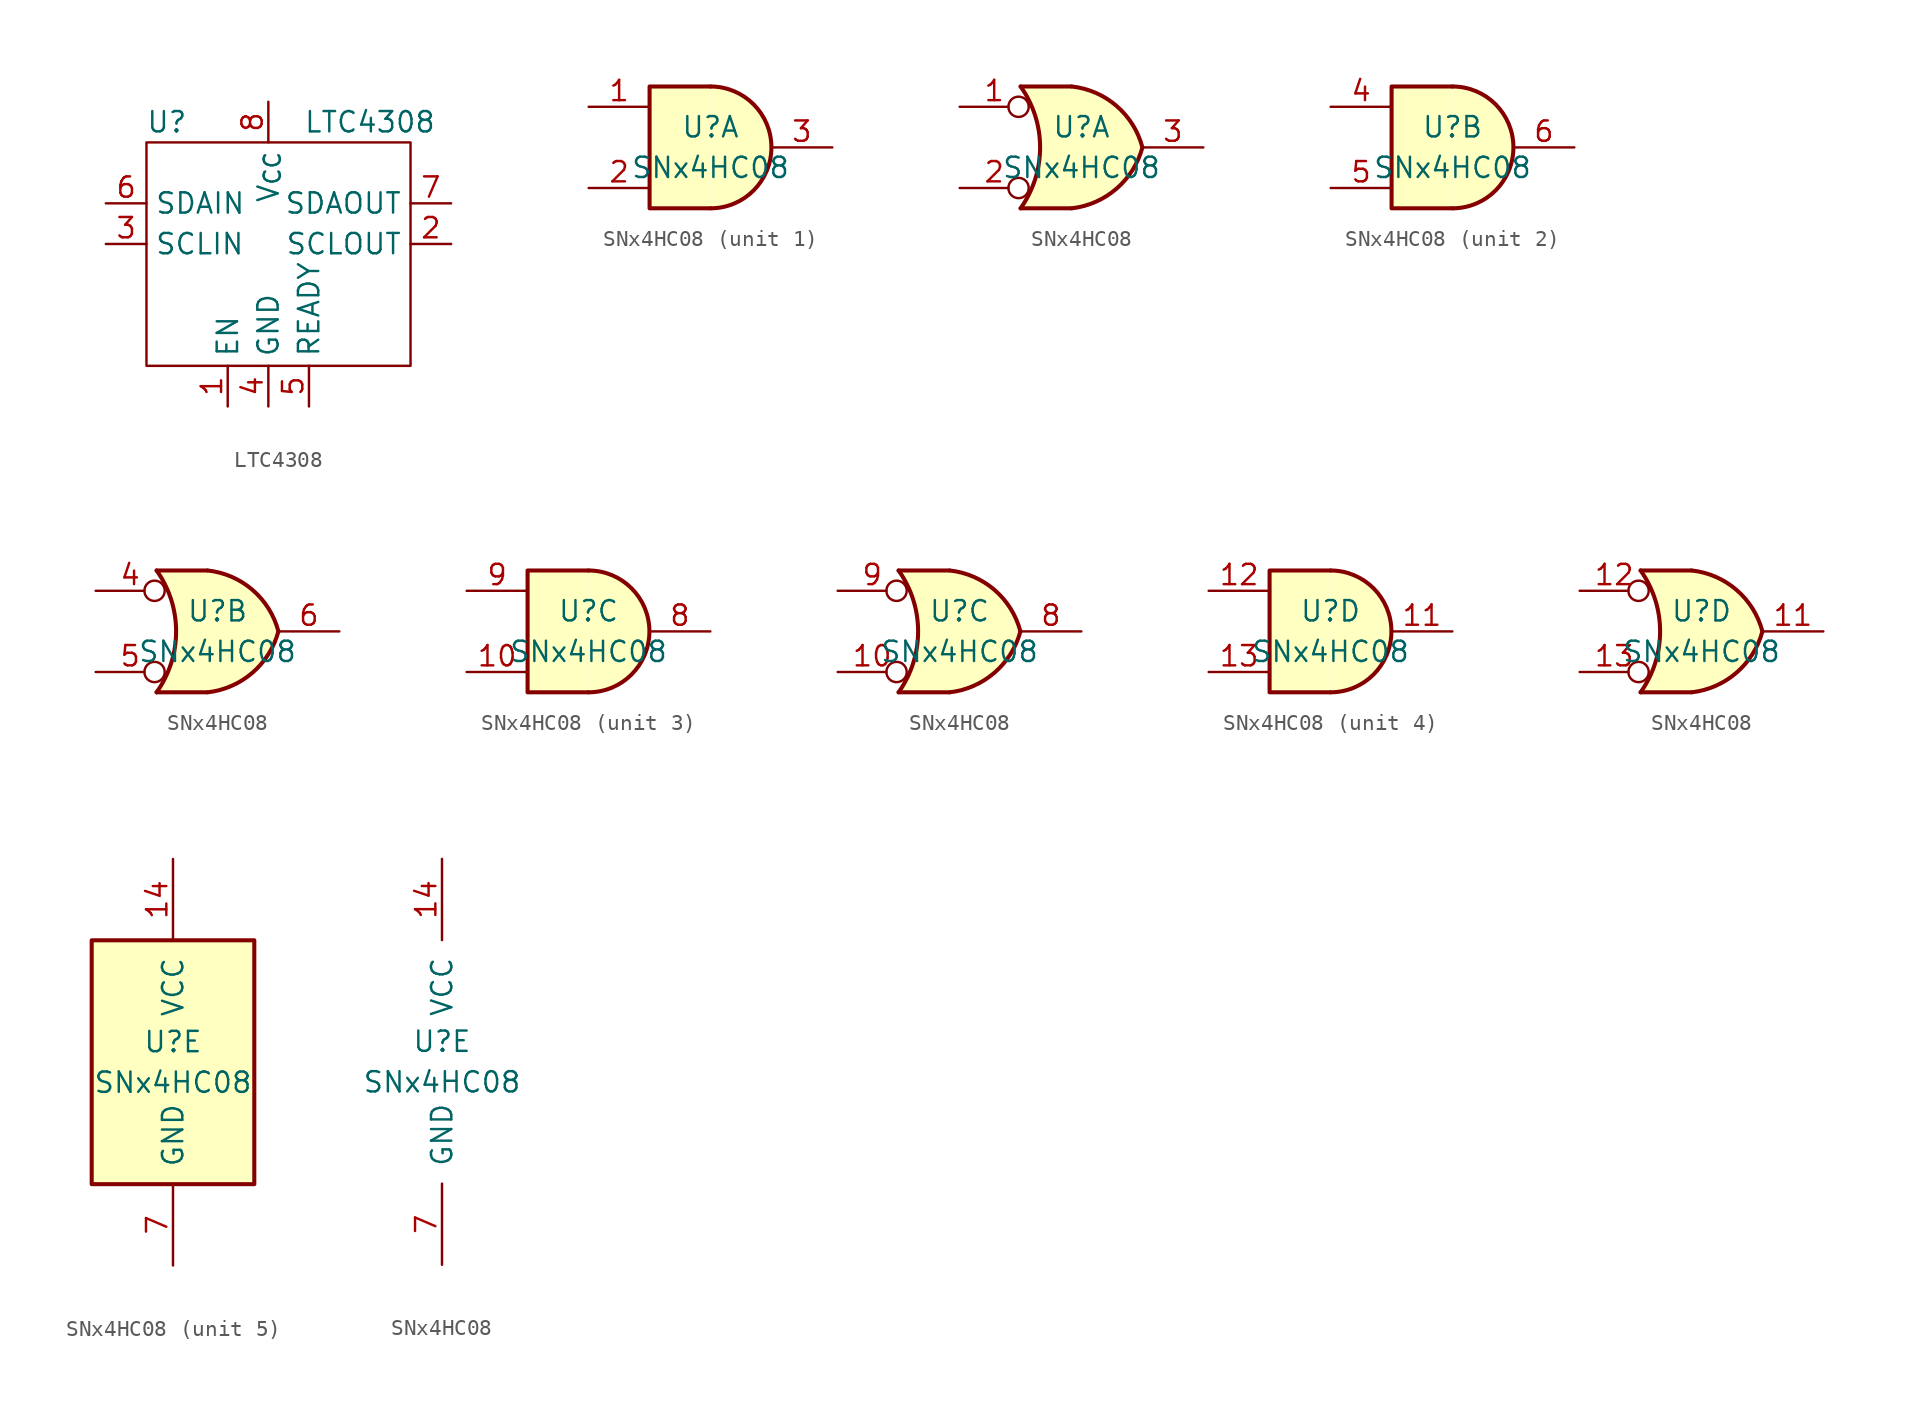
<source format=kicad_sym>
(kicad_symbol_lib
  (version 20220914)
  (generator kicad_symbol_editor)
  (symbol "LTC4308"
    (property "Reference" "U"
      (at -6.35 10.16 0)
      (effects (font (size 1.27 1.27))))
    (property "Value" "LTC4308"
      (at 6.35 10.16 0)
      (effects (font (size 1.27 1.27))))
    (symbol "LTC4308_0_1"
      (rectangle (start -7.62 8.89) (end 8.89 -5.08) (stroke (width 0) (type default)) (fill (type none))))
    (symbol "LTC4308_1_1"
      (pin input line (at -2.54 -7.62 90) (length 2.54) (name "EN" (effects (font (size 1.27 1.27)))) (number "1" (effects (font (size 1.27 1.27)))))
      (pin input line (at 11.43 2.54 180) (length 2.54) (name "SCLOUT" (effects (font (size 1.27 1.27)))) (number "2" (effects (font (size 1.27 1.27)))))
      (pin input line (at -10.16 2.54 0) (length 2.54) (name "SCLIN" (effects (font (size 1.27 1.27)))) (number "3" (effects (font (size 1.27 1.27)))))
      (pin input line (at 0 -7.62 90) (length 2.54) (name "GND" (effects (font (size 1.27 1.27)))) (number "4" (effects (font (size 1.27 1.27)))))
      (pin input line (at 2.54 -7.62 90) (length 2.54) (name "READY" (effects (font (size 1.27 1.27)))) (number "5" (effects (font (size 1.27 1.27)))))
      (pin input line (at -10.16 5.08 0) (length 2.54) (name "SDAIN" (effects (font (size 1.27 1.27)))) (number "6" (effects (font (size 1.27 1.27)))))
      (pin input line (at 11.43 5.08 180) (length 2.54) (name "SDAOUT" (effects (font (size 1.27 1.27)))) (number "7" (effects (font (size 1.27 1.27)))))
      (pin input line (at 0 11.43 270) (length 2.54) (name "V_{CC}" (effects (font (size 1.27 1.27)))) (number "8" (effects (font (size 1.27 1.27)))))))
  (symbol "SNx4HC08"
    (pin_names
      (offset 1.016))
    (property "Reference" "U"
      (at 0 1.27 0)
      (effects (font (size 1.27 1.27))))
    (property "Value" "SNx4HC08"
      (at 0 -1.27 0)
      (effects (font (size 1.27 1.27))))
    (property "ki_locked" ""
      (at 0 0 0)
      (effects (font (size 1.27 1.27))))
    (symbol "SNx4HC08_1_1"
      (arc (start 0 -3.81) (mid 3.7934 0) (end 0 3.81) (stroke (width 0.254) (type default)) (fill (type background)))
      (polyline (pts (xy 0 3.81) (xy -3.81 3.81) (xy -3.81 -3.81) (xy 0 -3.81)) (stroke (width 0.254) (type default)) (fill (type background)))
      (pin input line (at -7.62 2.54 0) (length 3.81) (name "~" (effects (font (size 1.27 1.27)))) (number "1" (effects (font (size 1.27 1.27)))))
      (pin input line (at -7.62 -2.54 0) (length 3.81) (name "~" (effects (font (size 1.27 1.27)))) (number "2" (effects (font (size 1.27 1.27)))))
      (pin output line (at 7.62 0 180) (length 3.81) (name "~" (effects (font (size 1.27 1.27)))) (number "3" (effects (font (size 1.27 1.27))))))
    (symbol "SNx4HC08_1_2"
      (arc (start -3.81 -3.81) (mid -2.589 0) (end -3.81 3.81) (stroke (width 0.254) (type default)) (fill (type none)))
      (arc (start -0.6096 -3.81) (mid 2.1842 -2.5851) (end 3.81 0) (stroke (width 0.254) (type default)) (fill (type background)))
      (polyline (pts (xy -3.81 -3.81) (xy -0.635 -3.81)) (stroke (width 0.254) (type default)) (fill (type background)))
      (polyline (pts (xy -3.81 3.81) (xy -0.635 3.81)) (stroke (width 0.254) (type default)) (fill (type background)))
      (polyline (pts (xy -0.635 3.81) (xy -3.81 3.81) (xy -3.81 3.81) (xy -3.556 3.404) (xy -3.023 2.261) (xy -2.692 1.041) (xy -2.616 -0.254) (xy -2.769 -1.499) (xy -3.175 -2.718) (xy -3.81 -3.81) (xy -3.81 -3.81) (xy -0.635 -3.81)) (stroke (width -25.4) (type default)) (fill (type background)))
      (arc (start 3.81 0) (mid 2.1915 2.5936) (end -0.6096 3.81) (stroke (width 0.254) (type default)) (fill (type background)))
      (pin input inverted (at -7.62 2.54 0) (length 4.318) (name "~" (effects (font (size 1.27 1.27)))) (number "1" (effects (font (size 1.27 1.27)))))
      (pin input inverted (at -7.62 -2.54 0) (length 4.318) (name "~" (effects (font (size 1.27 1.27)))) (number "2" (effects (font (size 1.27 1.27)))))
      (pin output line (at 7.62 0 180) (length 3.81) (name "~" (effects (font (size 1.27 1.27)))) (number "3" (effects (font (size 1.27 1.27))))))
    (symbol "SNx4HC08_2_1"
      (arc (start 0 -3.81) (mid 3.7934 0) (end 0 3.81) (stroke (width 0.254) (type default)) (fill (type background)))
      (polyline (pts (xy 0 3.81) (xy -3.81 3.81) (xy -3.81 -3.81) (xy 0 -3.81)) (stroke (width 0.254) (type default)) (fill (type background)))
      (pin input line (at -7.62 2.54 0) (length 3.81) (name "~" (effects (font (size 1.27 1.27)))) (number "4" (effects (font (size 1.27 1.27)))))
      (pin input line (at -7.62 -2.54 0) (length 3.81) (name "~" (effects (font (size 1.27 1.27)))) (number "5" (effects (font (size 1.27 1.27)))))
      (pin output line (at 7.62 0 180) (length 3.81) (name "~" (effects (font (size 1.27 1.27)))) (number "6" (effects (font (size 1.27 1.27))))))
    (symbol "SNx4HC08_2_2"
      (arc (start -3.81 -3.81) (mid -2.589 0) (end -3.81 3.81) (stroke (width 0.254) (type default)) (fill (type none)))
      (arc (start -0.6096 -3.81) (mid 2.1842 -2.5851) (end 3.81 0) (stroke (width 0.254) (type default)) (fill (type background)))
      (polyline (pts (xy -3.81 -3.81) (xy -0.635 -3.81)) (stroke (width 0.254) (type default)) (fill (type background)))
      (polyline (pts (xy -3.81 3.81) (xy -0.635 3.81)) (stroke (width 0.254) (type default)) (fill (type background)))
      (polyline (pts (xy -0.635 3.81) (xy -3.81 3.81) (xy -3.81 3.81) (xy -3.556 3.404) (xy -3.023 2.261) (xy -2.692 1.041) (xy -2.616 -0.254) (xy -2.769 -1.499) (xy -3.175 -2.718) (xy -3.81 -3.81) (xy -3.81 -3.81) (xy -0.635 -3.81)) (stroke (width -25.4) (type default)) (fill (type background)))
      (arc (start 3.81 0) (mid 2.1915 2.5936) (end -0.6096 3.81) (stroke (width 0.254) (type default)) (fill (type background)))
      (pin input inverted (at -7.62 2.54 0) (length 4.318) (name "~" (effects (font (size 1.27 1.27)))) (number "4" (effects (font (size 1.27 1.27)))))
      (pin input inverted (at -7.62 -2.54 0) (length 4.318) (name "~" (effects (font (size 1.27 1.27)))) (number "5" (effects (font (size 1.27 1.27)))))
      (pin output line (at 7.62 0 180) (length 3.81) (name "~" (effects (font (size 1.27 1.27)))) (number "6" (effects (font (size 1.27 1.27))))))
    (symbol "SNx4HC08_3_1"
      (arc (start 0 -3.81) (mid 3.7934 0) (end 0 3.81) (stroke (width 0.254) (type default)) (fill (type background)))
      (polyline (pts (xy 0 3.81) (xy -3.81 3.81) (xy -3.81 -3.81) (xy 0 -3.81)) (stroke (width 0.254) (type default)) (fill (type background)))
      (pin input line (at -7.62 -2.54 0) (length 3.81) (name "~" (effects (font (size 1.27 1.27)))) (number "10" (effects (font (size 1.27 1.27)))))
      (pin output line (at 7.62 0 180) (length 3.81) (name "~" (effects (font (size 1.27 1.27)))) (number "8" (effects (font (size 1.27 1.27)))))
      (pin input line (at -7.62 2.54 0) (length 3.81) (name "~" (effects (font (size 1.27 1.27)))) (number "9" (effects (font (size 1.27 1.27))))))
    (symbol "SNx4HC08_3_2"
      (arc (start -3.81 -3.81) (mid -2.589 0) (end -3.81 3.81) (stroke (width 0.254) (type default)) (fill (type none)))
      (arc (start -0.6096 -3.81) (mid 2.1842 -2.5851) (end 3.81 0) (stroke (width 0.254) (type default)) (fill (type background)))
      (polyline (pts (xy -3.81 -3.81) (xy -0.635 -3.81)) (stroke (width 0.254) (type default)) (fill (type background)))
      (polyline (pts (xy -3.81 3.81) (xy -0.635 3.81)) (stroke (width 0.254) (type default)) (fill (type background)))
      (polyline (pts (xy -0.635 3.81) (xy -3.81 3.81) (xy -3.81 3.81) (xy -3.556 3.404) (xy -3.023 2.261) (xy -2.692 1.041) (xy -2.616 -0.254) (xy -2.769 -1.499) (xy -3.175 -2.718) (xy -3.81 -3.81) (xy -3.81 -3.81) (xy -0.635 -3.81)) (stroke (width -25.4) (type default)) (fill (type background)))
      (arc (start 3.81 0) (mid 2.1915 2.5936) (end -0.6096 3.81) (stroke (width 0.254) (type default)) (fill (type background)))
      (pin input inverted (at -7.62 -2.54 0) (length 4.318) (name "~" (effects (font (size 1.27 1.27)))) (number "10" (effects (font (size 1.27 1.27)))))
      (pin output line (at 7.62 0 180) (length 3.81) (name "~" (effects (font (size 1.27 1.27)))) (number "8" (effects (font (size 1.27 1.27)))))
      (pin input inverted (at -7.62 2.54 0) (length 4.318) (name "~" (effects (font (size 1.27 1.27)))) (number "9" (effects (font (size 1.27 1.27))))))
    (symbol "SNx4HC08_4_1"
      (arc (start 0 -3.81) (mid 3.7934 0) (end 0 3.81) (stroke (width 0.254) (type default)) (fill (type background)))
      (polyline (pts (xy 0 3.81) (xy -3.81 3.81) (xy -3.81 -3.81) (xy 0 -3.81)) (stroke (width 0.254) (type default)) (fill (type background)))
      (pin output line (at 7.62 0 180) (length 3.81) (name "~" (effects (font (size 1.27 1.27)))) (number "11" (effects (font (size 1.27 1.27)))))
      (pin input line (at -7.62 2.54 0) (length 3.81) (name "~" (effects (font (size 1.27 1.27)))) (number "12" (effects (font (size 1.27 1.27)))))
      (pin input line (at -7.62 -2.54 0) (length 3.81) (name "~" (effects (font (size 1.27 1.27)))) (number "13" (effects (font (size 1.27 1.27))))))
    (symbol "SNx4HC08_4_2"
      (arc (start -3.81 -3.81) (mid -2.589 0) (end -3.81 3.81) (stroke (width 0.254) (type default)) (fill (type none)))
      (arc (start -0.6096 -3.81) (mid 2.1842 -2.5851) (end 3.81 0) (stroke (width 0.254) (type default)) (fill (type background)))
      (polyline (pts (xy -3.81 -3.81) (xy -0.635 -3.81)) (stroke (width 0.254) (type default)) (fill (type background)))
      (polyline (pts (xy -3.81 3.81) (xy -0.635 3.81)) (stroke (width 0.254) (type default)) (fill (type background)))
      (polyline (pts (xy -0.635 3.81) (xy -3.81 3.81) (xy -3.81 3.81) (xy -3.556 3.404) (xy -3.023 2.261) (xy -2.692 1.041) (xy -2.616 -0.254) (xy -2.769 -1.499) (xy -3.175 -2.718) (xy -3.81 -3.81) (xy -3.81 -3.81) (xy -0.635 -3.81)) (stroke (width -25.4) (type default)) (fill (type background)))
      (arc (start 3.81 0) (mid 2.1915 2.5936) (end -0.6096 3.81) (stroke (width 0.254) (type default)) (fill (type background)))
      (pin output line (at 7.62 0 180) (length 3.81) (name "~" (effects (font (size 1.27 1.27)))) (number "11" (effects (font (size 1.27 1.27)))))
      (pin input inverted (at -7.62 2.54 0) (length 4.318) (name "~" (effects (font (size 1.27 1.27)))) (number "12" (effects (font (size 1.27 1.27)))))
      (pin input inverted (at -7.62 -2.54 0) (length 4.318) (name "~" (effects (font (size 1.27 1.27)))) (number "13" (effects (font (size 1.27 1.27))))))
    (symbol "SNx4HC08_5_0"
      (pin power_in line (at 0 12.7 270) (length 5.08) (name "VCC" (effects (font (size 1.27 1.27)))) (number "14" (effects (font (size 1.27 1.27)))))
      (pin power_in line (at 0 -12.7 90) (length 5.08) (name "GND" (effects (font (size 1.27 1.27)))) (number "7" (effects (font (size 1.27 1.27))))))
    (symbol "SNx4HC08_5_1"
      (rectangle (start -5.08 7.62) (end 5.08 -7.62) (stroke (width 0.254) (type default)) (fill (type background))))))
</source>
